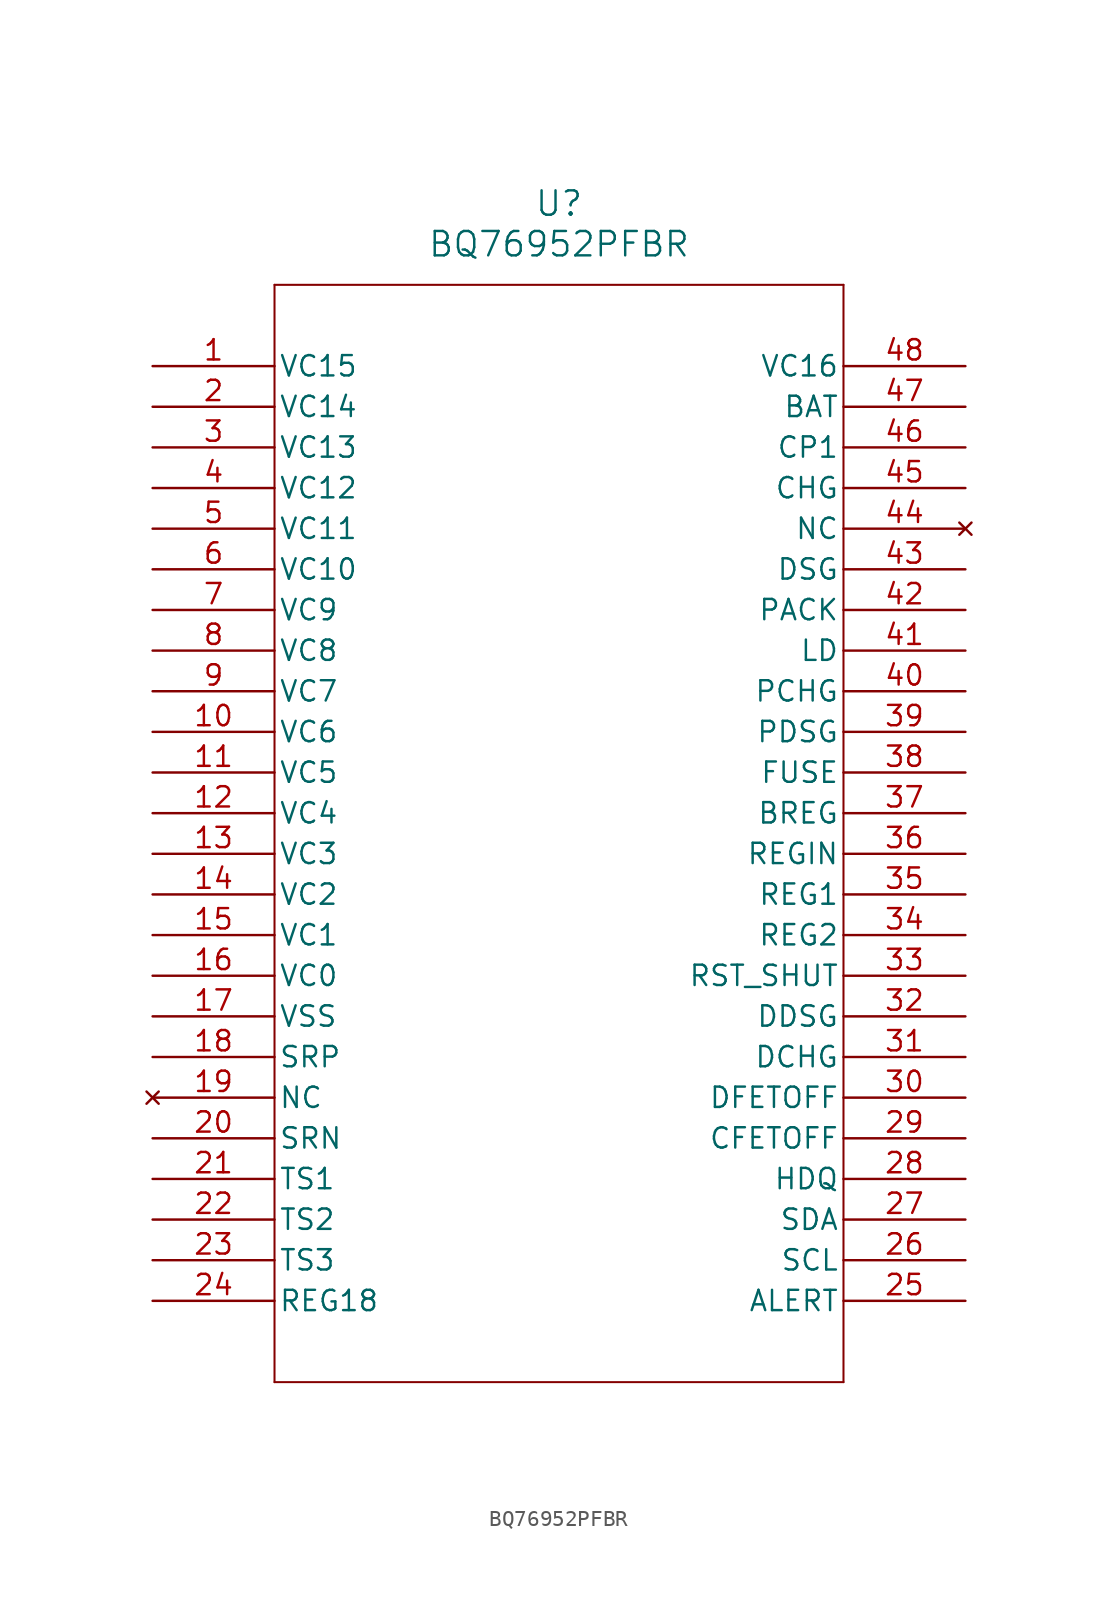
<source format=kicad_sym>
(kicad_symbol_lib
  (version 20211014)
  (generator kicad_symbol_editor)
  (symbol "BQ76952PFBR"
    (pin_names
      (offset 0.254))
    (property "Reference" "U"
      (at 25.4 10.16 0)
      (effects (font (size 1.524 1.524))))
    (property "Value" "BQ76952PFBR"
      (at 25.4 7.62 0)
      (effects (font (size 1.524 1.524))))
    (symbol "BQ76952PFBR_0_1"
      (polyline (pts (xy 7.62 5.08) (xy 7.62 -63.5)) (stroke (width 0.127) (type default) (color 0 0 0 0)) (fill (type none)))
      (polyline (pts (xy 7.62 -63.5) (xy 43.18 -63.5)) (stroke (width 0.127) (type default) (color 0 0 0 0)) (fill (type none)))
      (polyline (pts (xy 43.18 -63.5) (xy 43.18 5.08)) (stroke (width 0.127) (type default) (color 0 0 0 0)) (fill (type none)))
      (polyline (pts (xy 43.18 5.08) (xy 7.62 5.08)) (stroke (width 0.127) (type default) (color 0 0 0 0)) (fill (type none)))
      (pin bidirectional line (at 0 0 0) (length 7.62) (name "VC15" (effects (font (size 1.27 1.27)))) (number "1" (effects (font (size 1.27 1.27)))))
      (pin bidirectional line (at 0 -2.54 0) (length 7.62) (name "VC14" (effects (font (size 1.27 1.27)))) (number "2" (effects (font (size 1.27 1.27)))))
      (pin bidirectional line (at 0 -5.08 0) (length 7.62) (name "VC13" (effects (font (size 1.27 1.27)))) (number "3" (effects (font (size 1.27 1.27)))))
      (pin bidirectional line (at 0 -7.62 0) (length 7.62) (name "VC12" (effects (font (size 1.27 1.27)))) (number "4" (effects (font (size 1.27 1.27)))))
      (pin bidirectional line (at 0 -10.16 0) (length 7.62) (name "VC11" (effects (font (size 1.27 1.27)))) (number "5" (effects (font (size 1.27 1.27)))))
      (pin bidirectional line (at 0 -12.7 0) (length 7.62) (name "VC10" (effects (font (size 1.27 1.27)))) (number "6" (effects (font (size 1.27 1.27)))))
      (pin bidirectional line (at 0 -15.24 0) (length 7.62) (name "VC9" (effects (font (size 1.27 1.27)))) (number "7" (effects (font (size 1.27 1.27)))))
      (pin bidirectional line (at 0 -17.78 0) (length 7.62) (name "VC8" (effects (font (size 1.27 1.27)))) (number "8" (effects (font (size 1.27 1.27)))))
      (pin bidirectional line (at 0 -20.32 0) (length 7.62) (name "VC7" (effects (font (size 1.27 1.27)))) (number "9" (effects (font (size 1.27 1.27)))))
      (pin bidirectional line (at 0 -22.86 0) (length 7.62) (name "VC6" (effects (font (size 1.27 1.27)))) (number "10" (effects (font (size 1.27 1.27)))))
      (pin bidirectional line (at 0 -25.4 0) (length 7.62) (name "VC5" (effects (font (size 1.27 1.27)))) (number "11" (effects (font (size 1.27 1.27)))))
      (pin bidirectional line (at 0 -27.94 0) (length 7.62) (name "VC4" (effects (font (size 1.27 1.27)))) (number "12" (effects (font (size 1.27 1.27)))))
      (pin bidirectional line (at 0 -30.48 0) (length 7.62) (name "VC3" (effects (font (size 1.27 1.27)))) (number "13" (effects (font (size 1.27 1.27)))))
      (pin bidirectional line (at 0 -33.02 0) (length 7.62) (name "VC2" (effects (font (size 1.27 1.27)))) (number "14" (effects (font (size 1.27 1.27)))))
      (pin bidirectional line (at 0 -35.56 0) (length 7.62) (name "VC1" (effects (font (size 1.27 1.27)))) (number "15" (effects (font (size 1.27 1.27)))))
      (pin bidirectional line (at 0 -38.1 0) (length 7.62) (name "VC0" (effects (font (size 1.27 1.27)))) (number "16" (effects (font (size 1.27 1.27)))))
      (pin power_out line (at 0 -40.64 0) (length 7.62) (name "VSS" (effects (font (size 1.27 1.27)))) (number "17" (effects (font (size 1.27 1.27)))))
      (pin unspecified line (at 0 -43.18 0) (length 7.62) (name "SRP" (effects (font (size 1.27 1.27)))) (number "18" (effects (font (size 1.27 1.27)))))
      (pin no_connect line (at 0 -45.72 0) (length 7.62) (name "NC" (effects (font (size 1.27 1.27)))) (number "19" (effects (font (size 1.27 1.27)))))
      (pin unspecified line (at 0 -48.26 0) (length 7.62) (name "SRN" (effects (font (size 1.27 1.27)))) (number "20" (effects (font (size 1.27 1.27)))))
      (pin bidirectional line (at 0 -50.8 0) (length 7.62) (name "TS1" (effects (font (size 1.27 1.27)))) (number "21" (effects (font (size 1.27 1.27)))))
      (pin bidirectional line (at 0 -53.34 0) (length 7.62) (name "TS2" (effects (font (size 1.27 1.27)))) (number "22" (effects (font (size 1.27 1.27)))))
      (pin bidirectional line (at 0 -55.88 0) (length 7.62) (name "TS3" (effects (font (size 1.27 1.27)))) (number "23" (effects (font (size 1.27 1.27)))))
      (pin bidirectional line (at 0 -58.42 0) (length 7.62) (name "REG18" (effects (font (size 1.27 1.27)))) (number "24" (effects (font (size 1.27 1.27)))))
      (pin unspecified line (at 50.8 -58.42 180) (length 7.62) (name "ALERT" (effects (font (size 1.27 1.27)))) (number "25" (effects (font (size 1.27 1.27)))))
      (pin unspecified line (at 50.8 -55.88 180) (length 7.62) (name "SCL" (effects (font (size 1.27 1.27)))) (number "26" (effects (font (size 1.27 1.27)))))
      (pin unspecified line (at 50.8 -53.34 180) (length 7.62) (name "SDA" (effects (font (size 1.27 1.27)))) (number "27" (effects (font (size 1.27 1.27)))))
      (pin unspecified line (at 50.8 -50.8 180) (length 7.62) (name "HDQ" (effects (font (size 1.27 1.27)))) (number "28" (effects (font (size 1.27 1.27)))))
      (pin unspecified line (at 50.8 -48.26 180) (length 7.62) (name "CFETOFF" (effects (font (size 1.27 1.27)))) (number "29" (effects (font (size 1.27 1.27)))))
      (pin unspecified line (at 50.8 -45.72 180) (length 7.62) (name "DFETOFF" (effects (font (size 1.27 1.27)))) (number "30" (effects (font (size 1.27 1.27)))))
      (pin unspecified line (at 50.8 -43.18 180) (length 7.62) (name "DCHG" (effects (font (size 1.27 1.27)))) (number "31" (effects (font (size 1.27 1.27)))))
      (pin unspecified line (at 50.8 -40.64 180) (length 7.62) (name "DDSG" (effects (font (size 1.27 1.27)))) (number "32" (effects (font (size 1.27 1.27)))))
      (pin unspecified line (at 50.8 -38.1 180) (length 7.62) (name "RST_SHUT" (effects (font (size 1.27 1.27)))) (number "33" (effects (font (size 1.27 1.27)))))
      (pin bidirectional line (at 50.8 -35.56 180) (length 7.62) (name "REG2" (effects (font (size 1.27 1.27)))) (number "34" (effects (font (size 1.27 1.27)))))
      (pin bidirectional line (at 50.8 -33.02 180) (length 7.62) (name "REG1" (effects (font (size 1.27 1.27)))) (number "35" (effects (font (size 1.27 1.27)))))
      (pin unspecified line (at 50.8 -30.48 180) (length 7.62) (name "REGIN" (effects (font (size 1.27 1.27)))) (number "36" (effects (font (size 1.27 1.27)))))
      (pin unspecified line (at 50.8 -27.94 180) (length 7.62) (name "BREG" (effects (font (size 1.27 1.27)))) (number "37" (effects (font (size 1.27 1.27)))))
      (pin unspecified line (at 50.8 -25.4 180) (length 7.62) (name "FUSE" (effects (font (size 1.27 1.27)))) (number "38" (effects (font (size 1.27 1.27)))))
      (pin unspecified line (at 50.8 -22.86 180) (length 7.62) (name "PDSG" (effects (font (size 1.27 1.27)))) (number "39" (effects (font (size 1.27 1.27)))))
      (pin unspecified line (at 50.8 -20.32 180) (length 7.62) (name "PCHG" (effects (font (size 1.27 1.27)))) (number "40" (effects (font (size 1.27 1.27)))))
      (pin unspecified line (at 50.8 -17.78 180) (length 7.62) (name "LD" (effects (font (size 1.27 1.27)))) (number "41" (effects (font (size 1.27 1.27)))))
      (pin unspecified line (at 50.8 -15.24 180) (length 7.62) (name "PACK" (effects (font (size 1.27 1.27)))) (number "42" (effects (font (size 1.27 1.27)))))
      (pin unspecified line (at 50.8 -12.7 180) (length 7.62) (name "DSG" (effects (font (size 1.27 1.27)))) (number "43" (effects (font (size 1.27 1.27)))))
      (pin no_connect line (at 50.8 -10.16 180) (length 7.62) (name "NC" (effects (font (size 1.27 1.27)))) (number "44" (effects (font (size 1.27 1.27)))))
      (pin unspecified line (at 50.8 -7.62 180) (length 7.62) (name "CHG" (effects (font (size 1.27 1.27)))) (number "45" (effects (font (size 1.27 1.27)))))
      (pin unspecified line (at 50.8 -5.08 180) (length 7.62) (name "CP1" (effects (font (size 1.27 1.27)))) (number "46" (effects (font (size 1.27 1.27)))))
      (pin unspecified line (at 50.8 -2.54 180) (length 7.62) (name "BAT" (effects (font (size 1.27 1.27)))) (number "47" (effects (font (size 1.27 1.27)))))
      (pin bidirectional line (at 50.8 0 180) (length 7.62) (name "VC16" (effects (font (size 1.27 1.27)))) (number "48" (effects (font (size 1.27 1.27))))))))
</source>
